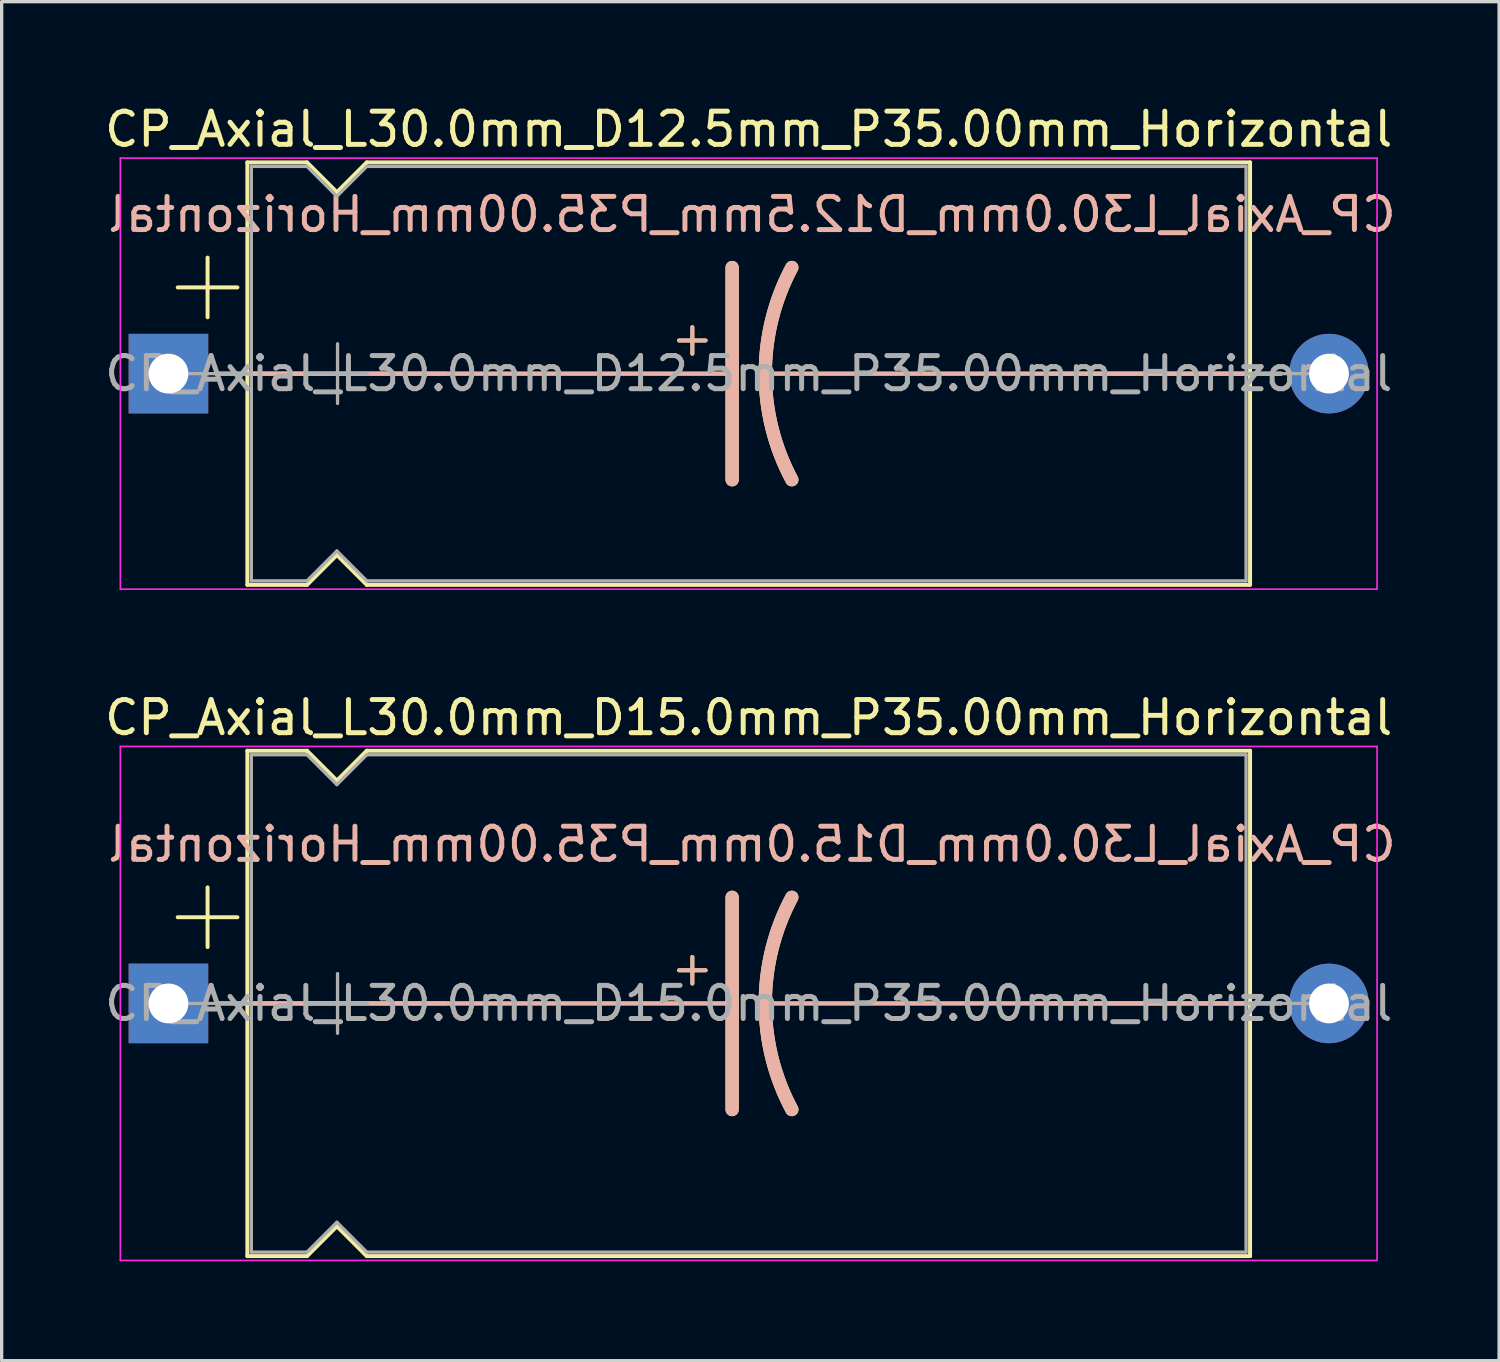
<source format=kicad_pcb>
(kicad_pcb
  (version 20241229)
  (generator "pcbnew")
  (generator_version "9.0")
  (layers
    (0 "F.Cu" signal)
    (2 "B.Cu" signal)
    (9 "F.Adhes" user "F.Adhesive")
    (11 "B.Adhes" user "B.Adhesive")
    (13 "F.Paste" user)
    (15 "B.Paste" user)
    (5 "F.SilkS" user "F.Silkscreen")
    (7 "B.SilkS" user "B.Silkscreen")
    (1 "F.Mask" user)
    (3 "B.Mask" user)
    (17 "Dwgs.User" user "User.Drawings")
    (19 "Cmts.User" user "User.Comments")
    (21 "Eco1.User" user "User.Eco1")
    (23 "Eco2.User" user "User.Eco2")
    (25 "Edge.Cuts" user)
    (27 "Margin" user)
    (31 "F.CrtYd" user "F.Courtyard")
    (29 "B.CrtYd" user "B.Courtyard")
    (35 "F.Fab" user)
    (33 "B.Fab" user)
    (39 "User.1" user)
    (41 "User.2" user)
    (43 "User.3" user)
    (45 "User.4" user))
  (footprint "CP_Axial_L30.0mm_D15.0mm_P35.00mm_Horizontal"
    (layer "F.Cu")
    (at 2.03 27.212)
    (property "Reference" "CP_Axial_L30.0mm_D15.0mm_P35.00mm_Horizontal" (at 17.5 -8.62 0) (layer "F.SilkS") (effects (font (size 1 1) (thickness 0.15))))
    (fp_line (start 0.28 -2.6) (end 2.08 -2.6) (stroke (width 0.12) (type solid)) (layer "F.SilkS"))
    (fp_line (start 1.18 -3.5) (end 1.18 -1.7) (stroke (width 0.12) (type solid)) (layer "F.SilkS"))
    (fp_line (start 1.44 0) (end 2.38 0) (stroke (width 0.12) (type solid)) (layer "F.SilkS"))
    (fp_line (start 2.38 -7.62) (end 2.38 7.62) (stroke (width 0.12) (type solid)) (layer "F.SilkS"))
    (fp_line (start 2.38 -7.62) (end 4.18 -7.62) (stroke (width 0.12) (type solid)) (layer "F.SilkS"))
    (fp_line (start 2.38 0) (end 17 0) (stroke (width 0.12) (type solid)) (layer "F.SilkS"))
    (fp_line (start 2.38 7.62) (end 4.18 7.62) (stroke (width 0.12) (type solid)) (layer "F.SilkS"))
    (fp_line (start 4.18 -7.62) (end 5.08 -6.72) (stroke (width 0.12) (type solid)) (layer "F.SilkS"))
    (fp_line (start 4.18 7.62) (end 5.08 6.72) (stroke (width 0.12) (type solid)) (layer "F.SilkS"))
    (fp_line (start 5.08 -6.72) (end 5.98 -7.62) (stroke (width 0.12) (type solid)) (layer "F.SilkS"))
    (fp_line (start 5.08 6.72) (end 5.98 7.62) (stroke (width 0.12) (type solid)) (layer "F.SilkS"))
    (fp_line (start 5.98 -7.62) (end 32.62 -7.62) (stroke (width 0.12) (type solid)) (layer "F.SilkS"))
    (fp_line (start 5.98 7.62) (end 32.62 7.62) (stroke (width 0.12) (type solid)) (layer "F.SilkS"))
    (fp_line (start 15.4 -1) (end 16.2 -1) (stroke (width 0.12) (type solid)) (layer "F.SilkS"))
    (fp_line (start 15.8 -1.4) (end 15.8 -0.6) (stroke (width 0.12) (type solid)) (layer "F.SilkS"))
    (fp_line (start 17 0) (end 17 -3.2) (stroke (width 0.4) (type solid)) (layer "F.SilkS"))
    (fp_line (start 17 0) (end 17 3.2) (stroke (width 0.4) (type solid)) (layer "F.SilkS"))
    (fp_line (start 32.62 -7.62) (end 32.62 7.62) (stroke (width 0.12) (type solid)) (layer "F.SilkS"))
    (fp_line (start 32.62 0) (end 18 0) (stroke (width 0.12) (type solid)) (layer "F.SilkS"))
    (fp_line (start 33.56 0) (end 32.62 0) (stroke (width 0.12) (type solid)) (layer "F.SilkS"))
    (fp_arc (start 18 0) (mid 18.203545 -1.649114) (end 18.8 -3.2) (stroke (width 0.4) (type solid)) (layer "F.SilkS"))
    (fp_arc (start 18.8 3.2) (mid 18.200704 1.649824) (end 18 0) (stroke (width 0.4) (type solid)) (layer "F.SilkS"))
    (fp_line (start 1.45 0) (end 8.38 0) (stroke (width 0.12) (type solid)) (layer "B.SilkS"))
    (fp_line (start 2.38 0) (end 17 0) (stroke (width 0.12) (type solid)) (layer "B.SilkS"))
    (fp_line (start 15.4 -1) (end 16.2 -1) (stroke (width 0.12) (type solid)) (layer "B.SilkS"))
    (fp_line (start 15.8 -0.6) (end 15.8 -1.4) (stroke (width 0.12) (type solid)) (layer "B.SilkS"))
    (fp_line (start 17 0) (end 17 -3.2) (stroke (width 0.4) (type solid)) (layer "B.SilkS"))
    (fp_line (start 17 0) (end 17 3.2) (stroke (width 0.4) (type solid)) (layer "B.SilkS"))
    (fp_line (start 32.62 0) (end 18 0) (stroke (width 0.12) (type solid)) (layer "B.SilkS"))
    (fp_line (start 33.55 0) (end 26.62 0) (stroke (width 0.12) (type solid)) (layer "B.SilkS"))
    (fp_arc (start 18 0) (mid 18.200703 -1.649824) (end 18.8 -3.2) (stroke (width 0.4) (type solid)) (layer "B.SilkS"))
    (fp_arc (start 18.8 3.2) (mid 18.203544 1.649114) (end 18 0) (stroke (width 0.4) (type solid)) (layer "B.SilkS"))
    (fp_line (start -1.45 -7.75) (end -1.45 7.75) (stroke (width 0.05) (type solid)) (layer "F.CrtYd"))
    (fp_line (start -1.45 7.75) (end 36.45 7.75) (stroke (width 0.05) (type solid)) (layer "F.CrtYd"))
    (fp_line (start 36.45 -7.75) (end -1.45 -7.75) (stroke (width 0.05) (type solid)) (layer "F.CrtYd"))
    (fp_line (start 36.45 7.75) (end 36.45 -7.75) (stroke (width 0.05) (type solid)) (layer "F.CrtYd"))
    (fp_line (start 0 0) (end 2.5 0) (stroke (width 0.1) (type solid)) (layer "F.Fab"))
    (fp_line (start 2.5 -7.5) (end 2.5 7.5) (stroke (width 0.1) (type solid)) (layer "F.Fab"))
    (fp_line (start 2.5 -7.5) (end 4.18 -7.5) (stroke (width 0.1) (type solid)) (layer "F.Fab"))
    (fp_line (start 2.5 7.5) (end 4.18 7.5) (stroke (width 0.1) (type solid)) (layer "F.Fab"))
    (fp_line (start 4.18 -7.5) (end 5.08 -6.6) (stroke (width 0.1) (type solid)) (layer "F.Fab"))
    (fp_line (start 4.18 7.5) (end 5.08 6.6) (stroke (width 0.1) (type solid)) (layer "F.Fab"))
    (fp_line (start 4.2 0) (end 6 0) (stroke (width 0.1) (type solid)) (layer "F.Fab"))
    (fp_line (start 5.08 -6.6) (end 5.98 -7.5) (stroke (width 0.1) (type solid)) (layer "F.Fab"))
    (fp_line (start 5.08 6.6) (end 5.98 7.5) (stroke (width 0.1) (type solid)) (layer "F.Fab"))
    (fp_line (start 5.1 -0.9) (end 5.1 0.9) (stroke (width 0.1) (type solid)) (layer "F.Fab"))
    (fp_line (start 5.98 -7.5) (end 32.5 -7.5) (stroke (width 0.1) (type solid)) (layer "F.Fab"))
    (fp_line (start 5.98 7.5) (end 32.5 7.5) (stroke (width 0.1) (type solid)) (layer "F.Fab"))
    (fp_line (start 32.5 -7.5) (end 32.5 7.5) (stroke (width 0.1) (type solid)) (layer "F.Fab"))
    (fp_line (start 35 0) (end 32.5 0) (stroke (width 0.1) (type solid)) (layer "F.Fab"))
    (fp_text user "${REFERENCE}" (at 17.6 -4.8 0) (layer "B.SilkS") (effects (font (size 1 1) (thickness 0.15)) (justify mirror)))
    (fp_text user "${REFERENCE}" (at 17.5 0 0) (layer "F.Fab") (effects (font (size 1 1) (thickness 0.15))))
    (pad "1" thru_hole rect (at 0 0) (size 2.4 2.4) (drill 1.2) (layers "*.Cu" "*.Mask"))
    (pad "2" thru_hole oval (at 35 0) (size 2.4 2.4) (drill 1.2) (layers "*.Cu" "*.Mask")))
  (footprint "CP_Axial_L30.0mm_D12.5mm_P35.00mm_Horizontal"
    (layer "F.Cu")
    (at 2.03 8.218)
    (property "Reference" "CP_Axial_L30.0mm_D12.5mm_P35.00mm_Horizontal" (at 17.5 -7.37 0) (layer "F.SilkS") (effects (font (size 1 1) (thickness 0.15))))
    (fp_line (start 0.28 -2.6) (end 2.08 -2.6) (stroke (width 0.12) (type solid)) (layer "F.SilkS"))
    (fp_line (start 1.18 -3.5) (end 1.18 -1.7) (stroke (width 0.12) (type solid)) (layer "F.SilkS"))
    (fp_line (start 1.44 0) (end 2.38 0) (stroke (width 0.12) (type solid)) (layer "F.SilkS"))
    (fp_line (start 2.38 -6.37) (end 2.38 6.37) (stroke (width 0.12) (type solid)) (layer "F.SilkS"))
    (fp_line (start 2.38 -6.37) (end 4.18 -6.37) (stroke (width 0.12) (type solid)) (layer "F.SilkS"))
    (fp_line (start 2.38 0) (end 17 0) (stroke (width 0.12) (type solid)) (layer "F.SilkS"))
    (fp_line (start 2.38 6.37) (end 4.18 6.37) (stroke (width 0.12) (type solid)) (layer "F.SilkS"))
    (fp_line (start 4.18 -6.37) (end 5.08 -5.47) (stroke (width 0.12) (type solid)) (layer "F.SilkS"))
    (fp_line (start 4.18 6.37) (end 5.08 5.47) (stroke (width 0.12) (type solid)) (layer "F.SilkS"))
    (fp_line (start 5.08 -5.47) (end 5.98 -6.37) (stroke (width 0.12) (type solid)) (layer "F.SilkS"))
    (fp_line (start 5.08 5.47) (end 5.98 6.37) (stroke (width 0.12) (type solid)) (layer "F.SilkS"))
    (fp_line (start 5.98 -6.37) (end 32.62 -6.37) (stroke (width 0.12) (type solid)) (layer "F.SilkS"))
    (fp_line (start 5.98 6.37) (end 32.62 6.37) (stroke (width 0.12) (type solid)) (layer "F.SilkS"))
    (fp_line (start 15.4 -1) (end 16.2 -1) (stroke (width 0.12) (type solid)) (layer "F.SilkS"))
    (fp_line (start 15.8 -1.4) (end 15.8 -0.6) (stroke (width 0.12) (type solid)) (layer "F.SilkS"))
    (fp_line (start 17 0) (end 17 -3.2) (stroke (width 0.4) (type solid)) (layer "F.SilkS"))
    (fp_line (start 17 0) (end 17 3.2) (stroke (width 0.4) (type solid)) (layer "F.SilkS"))
    (fp_line (start 32.62 -6.37) (end 32.62 6.37) (stroke (width 0.12) (type solid)) (layer "F.SilkS"))
    (fp_line (start 32.62 0) (end 18 0) (stroke (width 0.12) (type solid)) (layer "F.SilkS"))
    (fp_line (start 33.56 0) (end 32.62 0) (stroke (width 0.12) (type solid)) (layer "F.SilkS"))
    (fp_arc (start 18 0) (mid 18.203545 -1.649114) (end 18.8 -3.2) (stroke (width 0.4) (type solid)) (layer "F.SilkS"))
    (fp_arc (start 18.8 3.2) (mid 18.200704 1.649824) (end 18 0) (stroke (width 0.4) (type solid)) (layer "F.SilkS"))
    (fp_line (start 1.45 0) (end 8.38 0) (stroke (width 0.12) (type solid)) (layer "B.SilkS"))
    (fp_line (start 2.38 0) (end 17 0) (stroke (width 0.12) (type solid)) (layer "B.SilkS"))
    (fp_line (start 15.4 -1) (end 16.2 -1) (stroke (width 0.12) (type solid)) (layer "B.SilkS"))
    (fp_line (start 15.8 -0.6) (end 15.8 -1.4) (stroke (width 0.12) (type solid)) (layer "B.SilkS"))
    (fp_line (start 17 0) (end 17 -3.2) (stroke (width 0.4) (type solid)) (layer "B.SilkS"))
    (fp_line (start 17 0) (end 17 3.2) (stroke (width 0.4) (type solid)) (layer "B.SilkS"))
    (fp_line (start 32.62 0) (end 18 0) (stroke (width 0.12) (type solid)) (layer "B.SilkS"))
    (fp_line (start 33.55 0) (end 26.62 0) (stroke (width 0.12) (type solid)) (layer "B.SilkS"))
    (fp_arc (start 18 0) (mid 18.200703 -1.649824) (end 18.8 -3.2) (stroke (width 0.4) (type solid)) (layer "B.SilkS"))
    (fp_arc (start 18.8 3.2) (mid 18.203544 1.649114) (end 18 0) (stroke (width 0.4) (type solid)) (layer "B.SilkS"))
    (fp_line (start -1.45 -6.5) (end -1.45 6.5) (stroke (width 0.05) (type solid)) (layer "F.CrtYd"))
    (fp_line (start -1.45 6.5) (end 36.45 6.5) (stroke (width 0.05) (type solid)) (layer "F.CrtYd"))
    (fp_line (start 36.45 -6.5) (end -1.45 -6.5) (stroke (width 0.05) (type solid)) (layer "F.CrtYd"))
    (fp_line (start 36.45 6.5) (end 36.45 -6.5) (stroke (width 0.05) (type solid)) (layer "F.CrtYd"))
    (fp_line (start 0 0) (end 2.5 0) (stroke (width 0.1) (type solid)) (layer "F.Fab"))
    (fp_line (start 2.5 -6.25) (end 2.5 6.25) (stroke (width 0.1) (type solid)) (layer "F.Fab"))
    (fp_line (start 2.5 -6.25) (end 4.18 -6.25) (stroke (width 0.1) (type solid)) (layer "F.Fab"))
    (fp_line (start 2.5 6.25) (end 4.18 6.25) (stroke (width 0.1) (type solid)) (layer "F.Fab"))
    (fp_line (start 4.18 -6.25) (end 5.08 -5.35) (stroke (width 0.1) (type solid)) (layer "F.Fab"))
    (fp_line (start 4.18 6.25) (end 5.08 5.35) (stroke (width 0.1) (type solid)) (layer "F.Fab"))
    (fp_line (start 4.2 0) (end 6 0) (stroke (width 0.1) (type solid)) (layer "F.Fab"))
    (fp_line (start 5.08 -5.35) (end 5.98 -6.25) (stroke (width 0.1) (type solid)) (layer "F.Fab"))
    (fp_line (start 5.08 5.35) (end 5.98 6.25) (stroke (width 0.1) (type solid)) (layer "F.Fab"))
    (fp_line (start 5.1 -0.9) (end 5.1 0.9) (stroke (width 0.1) (type solid)) (layer "F.Fab"))
    (fp_line (start 5.98 -6.25) (end 32.5 -6.25) (stroke (width 0.1) (type solid)) (layer "F.Fab"))
    (fp_line (start 5.98 6.25) (end 32.5 6.25) (stroke (width 0.1) (type solid)) (layer "F.Fab"))
    (fp_line (start 32.5 -6.25) (end 32.5 6.25) (stroke (width 0.1) (type solid)) (layer "F.Fab"))
    (fp_line (start 35 0) (end 32.5 0) (stroke (width 0.1) (type solid)) (layer "F.Fab"))
    (fp_text user "${REFERENCE}" (at 17.6 -4.8 0) (layer "B.SilkS") (effects (font (size 1 1) (thickness 0.15)) (justify mirror)))
    (fp_text user "${REFERENCE}" (at 17.5 0 0) (layer "F.Fab") (effects (font (size 1 1) (thickness 0.15))))
    (pad "1" thru_hole rect (at 0 0) (size 2.4 2.4) (drill 1.2) (layers "*.Cu" "*.Mask"))
    (pad "2" thru_hole oval (at 35 0) (size 2.4 2.4) (drill 1.2) (layers "*.Cu" "*.Mask")))
  (gr_rect
    (start -3 -3)
    (end 42.16 37.986)
    (stroke (width 0.1) (type default))
    (fill no)
    (layer "Edge.Cuts")))
</source>
